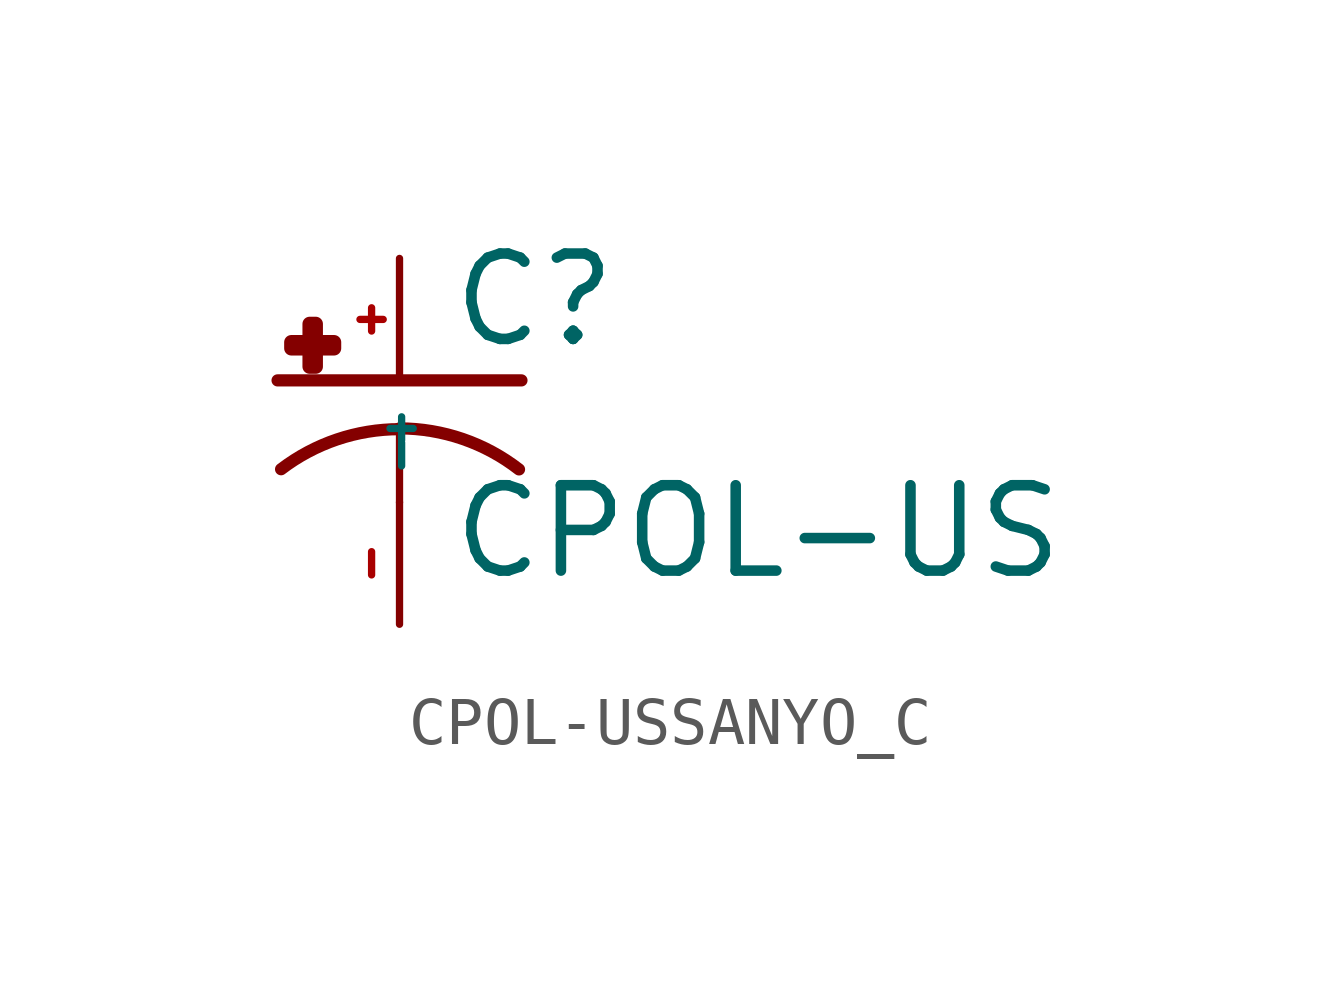
<source format=kicad_sym>
(kicad_symbol_lib
  (version 20220914)
  (generator Eagle2Kicad)
  (symbol "CPOL-USSANYO_C"
    (property "Reference" "C"
      (at 1.016 0.635 0)
      (effects (font (size 1.778 1.778) (thickness 0.22)) (justify left bottom)))
    (property "Value" "CPOL-US"
      (at 1.016 -4.191 0)
      (effects (font (size 1.778 1.778) (thickness 0.22)) (justify left bottom)))
    (polyline
      (pts (xy -2.54 0) (xy 2.54 0))
      (stroke (width 0.254) (type default))
      (fill (type none)))
    (polyline
      (pts (xy 0 -1.016) (xy 0 -2.54))
      (stroke (width 0.152) (type default))
      (fill (type none)))
    (arc
      (start 2.4892 -1.8542)
      (mid 1.316 -1.220)
      (end 0 -1)
      (stroke (width 0.254) (type default))
      (fill (type none)))
    (arc
      (start 0 -1.0161)
      (mid -1.302 -1.230)
      (end -2.4669 -1.8504)
      (stroke (width 0.254) (type default))
      (fill (type none)))
    (rectangle
      (start -2.253 0.668)
      (end -1.364 0.795)
      (stroke (width 0.3) (type default))
      (fill (type outline)))
    (rectangle
      (start -1.872 0.287)
      (end -1.745 1.176)
      (stroke (width 0.3) (type default))
      (fill (type outline)))
    (pin passive line
      (at 0 2.54 270)
      (length 2.54)
      (name "+" (effects (font (size 0.635 0.635) (thickness 0.08)) (justify left bottom)))
      (number "+" (effects (font (size 0.635 0.635) (thickness 0.08)) (justify left bottom))))
    (pin passive line
      (at 0 -5.08 90)
      (length 2.54)
      (name "-" (effects (font (size 0.635 0.635) (thickness 0.08)) (justify left bottom)))
      (number "-" (effects (font (size 0.635 0.635) (thickness 0.08)) (justify left bottom))))))
</source>
